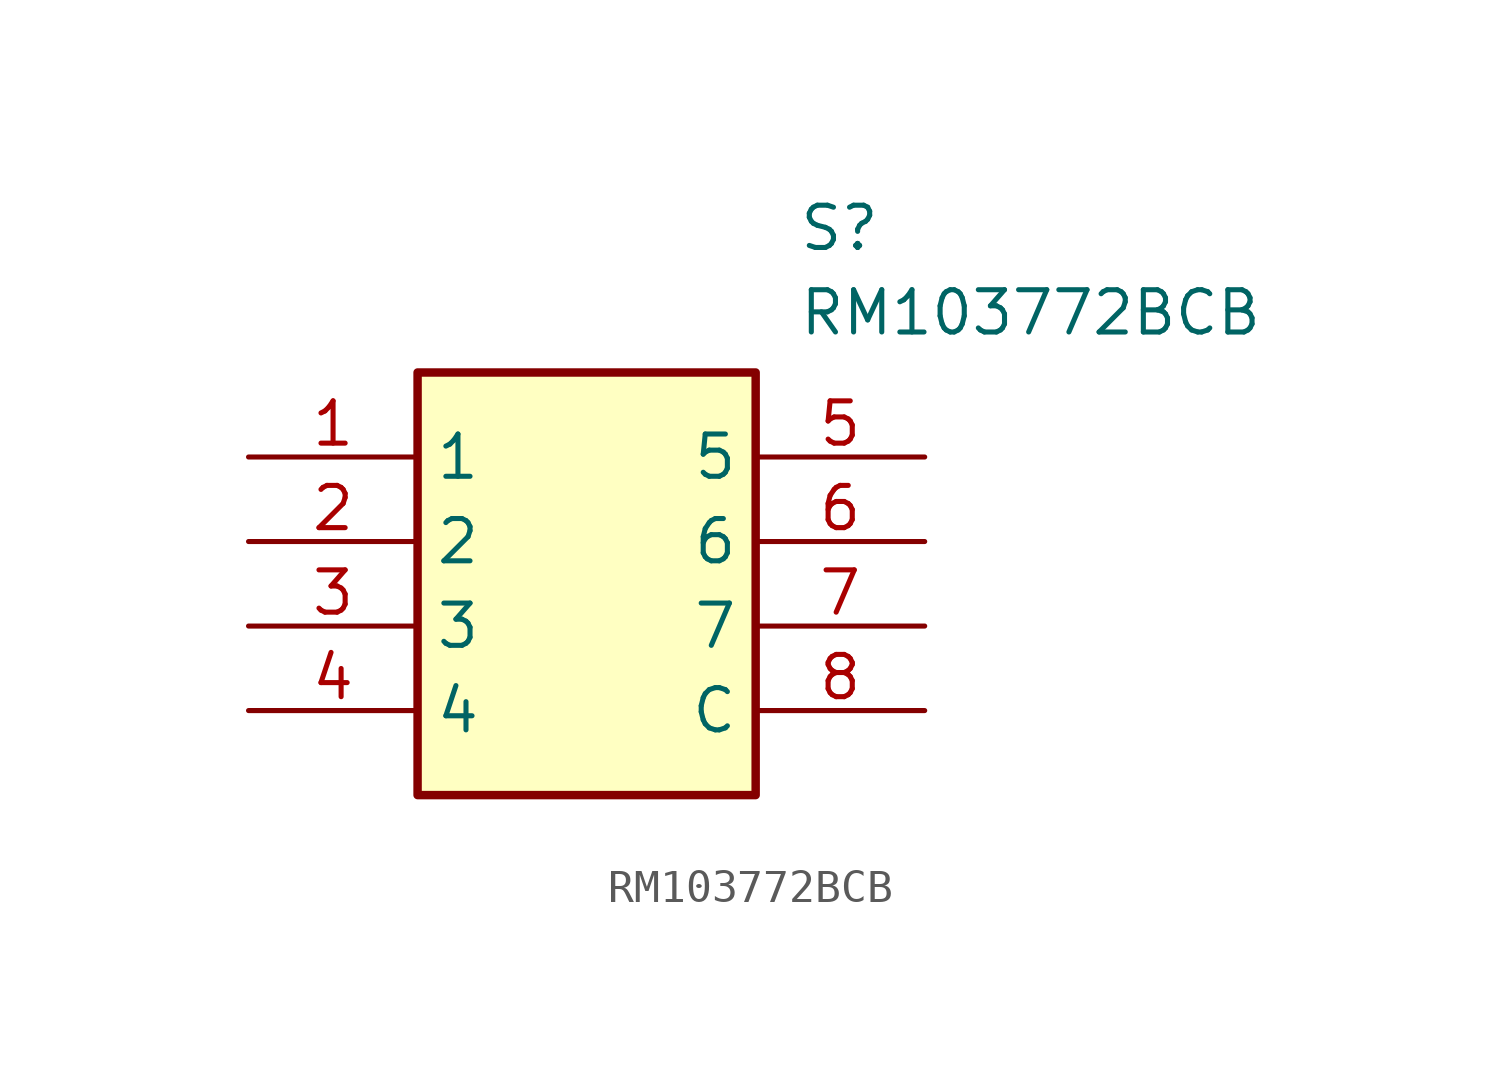
<source format=kicad_sym>
(kicad_symbol_lib
  (version 20211014)
  (generator SamacSys_ECAD_Model)
  (symbol "RM103772BCB"
    (property "Reference" "S"
      (at 16.51 7.62 0)
      (effects (font (size 1.27 1.27)) (justify left top)))
    (property "Value" "RM103772BCB"
      (at 16.51 5.08 0)
      (effects (font (size 1.27 1.27)) (justify left top)))
    (rectangle
      (start 5.08 2.54)
      (end 15.24 -10.16)
      (stroke (width 0.254) (type default))
      (fill (type background)))
    (pin passive line
      (at 0 0 0)
      (length 5.08)
      (name "1" (effects (font (size 1.27 1.27))))
      (number "1" (effects (font (size 1.27 1.27)))))
    (pin passive line
      (at 0 -2.54 0)
      (length 5.08)
      (name "2" (effects (font (size 1.27 1.27))))
      (number "2" (effects (font (size 1.27 1.27)))))
    (pin passive line
      (at 0 -5.08 0)
      (length 5.08)
      (name "3" (effects (font (size 1.27 1.27))))
      (number "3" (effects (font (size 1.27 1.27)))))
    (pin passive line
      (at 0 -7.62 0)
      (length 5.08)
      (name "4" (effects (font (size 1.27 1.27))))
      (number "4" (effects (font (size 1.27 1.27)))))
    (pin passive line
      (at 20.32 0 180)
      (length 5.08)
      (name "5" (effects (font (size 1.27 1.27))))
      (number "5" (effects (font (size 1.27 1.27)))))
    (pin passive line
      (at 20.32 -2.54 180)
      (length 5.08)
      (name "6" (effects (font (size 1.27 1.27))))
      (number "6" (effects (font (size 1.27 1.27)))))
    (pin passive line
      (at 20.32 -5.08 180)
      (length 5.08)
      (name "7" (effects (font (size 1.27 1.27))))
      (number "7" (effects (font (size 1.27 1.27)))))
    (pin passive line
      (at 20.32 -7.62 180)
      (length 5.08)
      (name "C" (effects (font (size 1.27 1.27))))
      (number "8" (effects (font (size 1.27 1.27)))))))
</source>
